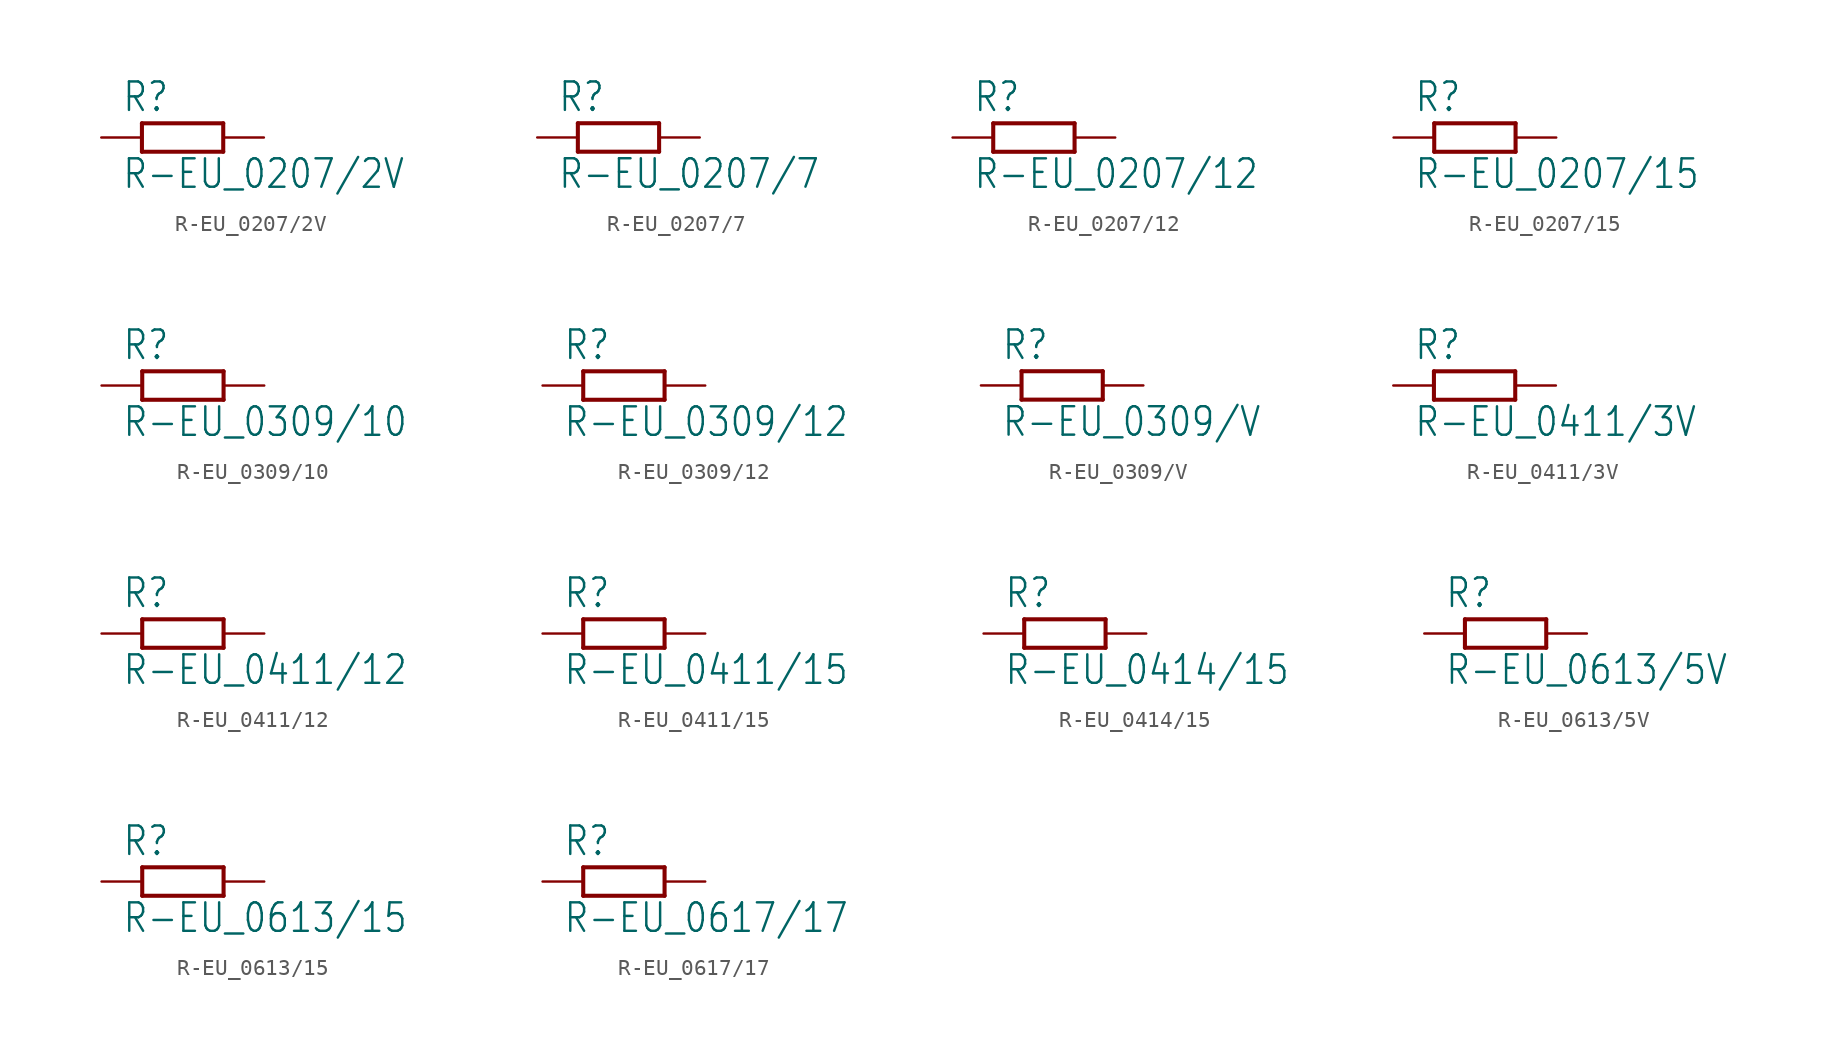
<source format=kicad_sym>
(kicad_symbol_lib
  (version 20231120)
  (generator "kicad_symbol_editor")
  (generator_version "8.0")
  (symbol "R-EU_0207/2V"
    (property "Reference" "R"
      (at -3.81 1.499 0)
      (effects (font (size 1.778 1.511)) (justify left bottom)))
    (property "Value" "R-EU_0207{slash}2V"
      (at -3.81 -3.302 0)
      (effects (font (size 1.778 1.511)) (justify left bottom)))
    (property "ki_locked" ""
      (at 0 0 0)
      (effects (font (size 1.27 1.27))))
    (symbol "R-EU_0207/2V_1_0"
      (polyline (pts (xy -2.54 -0.889) (xy -2.54 0.889)) (stroke (width 0.254) (type default)) (fill (type none)))
      (polyline (pts (xy -2.54 -0.889) (xy 2.54 -0.889)) (stroke (width 0.254) (type default)) (fill (type none)))
      (polyline (pts (xy 2.54 -0.889) (xy 2.54 0.889)) (stroke (width 0.254) (type default)) (fill (type none)))
      (polyline (pts (xy 2.54 0.889) (xy -2.54 0.889)) (stroke (width 0.254) (type default)) (fill (type none)))
      (pin passive line (at -5.08 0 0) (length 2.54) (name "1" (effects (font (size 0 0)))) (number "1" (effects (font (size 0 0)))))
      (pin passive line (at 5.08 0 180) (length 2.54) (name "2" (effects (font (size 0 0)))) (number "2" (effects (font (size 0 0)))))))
  (symbol "R-EU_0207/7"
    (property "Reference" "R"
      (at -3.81 1.499 0)
      (effects (font (size 1.778 1.511)) (justify left bottom)))
    (property "Value" "R-EU_0207{slash}7"
      (at -3.81 -3.302 0)
      (effects (font (size 1.778 1.511)) (justify left bottom)))
    (property "ki_locked" ""
      (at 0 0 0)
      (effects (font (size 1.27 1.27))))
    (symbol "R-EU_0207/7_1_0"
      (polyline (pts (xy -2.54 -0.889) (xy -2.54 0.889)) (stroke (width 0.254) (type default)) (fill (type none)))
      (polyline (pts (xy -2.54 -0.889) (xy 2.54 -0.889)) (stroke (width 0.254) (type default)) (fill (type none)))
      (polyline (pts (xy 2.54 -0.889) (xy 2.54 0.889)) (stroke (width 0.254) (type default)) (fill (type none)))
      (polyline (pts (xy 2.54 0.889) (xy -2.54 0.889)) (stroke (width 0.254) (type default)) (fill (type none)))
      (pin passive line (at -5.08 0 0) (length 2.54) (name "1" (effects (font (size 0 0)))) (number "1" (effects (font (size 0 0)))))
      (pin passive line (at 5.08 0 180) (length 2.54) (name "2" (effects (font (size 0 0)))) (number "2" (effects (font (size 0 0)))))))
  (symbol "R-EU_0207/12"
    (property "Reference" "R"
      (at -3.81 1.499 0)
      (effects (font (size 1.778 1.511)) (justify left bottom)))
    (property "Value" "R-EU_0207{slash}12"
      (at -3.81 -3.302 0)
      (effects (font (size 1.778 1.511)) (justify left bottom)))
    (property "ki_locked" ""
      (at 0 0 0)
      (effects (font (size 1.27 1.27))))
    (symbol "R-EU_0207/12_1_0"
      (polyline (pts (xy -2.54 -0.889) (xy -2.54 0.889)) (stroke (width 0.254) (type default)) (fill (type none)))
      (polyline (pts (xy -2.54 -0.889) (xy 2.54 -0.889)) (stroke (width 0.254) (type default)) (fill (type none)))
      (polyline (pts (xy 2.54 -0.889) (xy 2.54 0.889)) (stroke (width 0.254) (type default)) (fill (type none)))
      (polyline (pts (xy 2.54 0.889) (xy -2.54 0.889)) (stroke (width 0.254) (type default)) (fill (type none)))
      (pin passive line (at -5.08 0 0) (length 2.54) (name "1" (effects (font (size 0 0)))) (number "1" (effects (font (size 0 0)))))
      (pin passive line (at 5.08 0 180) (length 2.54) (name "2" (effects (font (size 0 0)))) (number "2" (effects (font (size 0 0)))))))
  (symbol "R-EU_0207/15"
    (property "Reference" "R"
      (at -3.81 1.499 0)
      (effects (font (size 1.778 1.511)) (justify left bottom)))
    (property "Value" "R-EU_0207{slash}15"
      (at -3.81 -3.302 0)
      (effects (font (size 1.778 1.511)) (justify left bottom)))
    (property "ki_locked" ""
      (at 0 0 0)
      (effects (font (size 1.27 1.27))))
    (symbol "R-EU_0207/15_1_0"
      (polyline (pts (xy -2.54 -0.889) (xy -2.54 0.889)) (stroke (width 0.254) (type default)) (fill (type none)))
      (polyline (pts (xy -2.54 -0.889) (xy 2.54 -0.889)) (stroke (width 0.254) (type default)) (fill (type none)))
      (polyline (pts (xy 2.54 -0.889) (xy 2.54 0.889)) (stroke (width 0.254) (type default)) (fill (type none)))
      (polyline (pts (xy 2.54 0.889) (xy -2.54 0.889)) (stroke (width 0.254) (type default)) (fill (type none)))
      (pin passive line (at -5.08 0 0) (length 2.54) (name "1" (effects (font (size 0 0)))) (number "1" (effects (font (size 0 0)))))
      (pin passive line (at 5.08 0 180) (length 2.54) (name "2" (effects (font (size 0 0)))) (number "2" (effects (font (size 0 0)))))))
  (symbol "R-EU_0309/10"
    (property "Reference" "R"
      (at -3.81 1.499 0)
      (effects (font (size 1.778 1.511)) (justify left bottom)))
    (property "Value" "R-EU_0309{slash}10"
      (at -3.81 -3.302 0)
      (effects (font (size 1.778 1.511)) (justify left bottom)))
    (property "ki_locked" ""
      (at 0 0 0)
      (effects (font (size 1.27 1.27))))
    (symbol "R-EU_0309/10_1_0"
      (polyline (pts (xy -2.54 -0.889) (xy -2.54 0.889)) (stroke (width 0.254) (type default)) (fill (type none)))
      (polyline (pts (xy -2.54 -0.889) (xy 2.54 -0.889)) (stroke (width 0.254) (type default)) (fill (type none)))
      (polyline (pts (xy 2.54 -0.889) (xy 2.54 0.889)) (stroke (width 0.254) (type default)) (fill (type none)))
      (polyline (pts (xy 2.54 0.889) (xy -2.54 0.889)) (stroke (width 0.254) (type default)) (fill (type none)))
      (pin passive line (at -5.08 0 0) (length 2.54) (name "1" (effects (font (size 0 0)))) (number "1" (effects (font (size 0 0)))))
      (pin passive line (at 5.08 0 180) (length 2.54) (name "2" (effects (font (size 0 0)))) (number "2" (effects (font (size 0 0)))))))
  (symbol "R-EU_0309/12"
    (property "Reference" "R"
      (at -3.81 1.499 0)
      (effects (font (size 1.778 1.511)) (justify left bottom)))
    (property "Value" "R-EU_0309{slash}12"
      (at -3.81 -3.302 0)
      (effects (font (size 1.778 1.511)) (justify left bottom)))
    (property "ki_locked" ""
      (at 0 0 0)
      (effects (font (size 1.27 1.27))))
    (symbol "R-EU_0309/12_1_0"
      (polyline (pts (xy -2.54 -0.889) (xy -2.54 0.889)) (stroke (width 0.254) (type default)) (fill (type none)))
      (polyline (pts (xy -2.54 -0.889) (xy 2.54 -0.889)) (stroke (width 0.254) (type default)) (fill (type none)))
      (polyline (pts (xy 2.54 -0.889) (xy 2.54 0.889)) (stroke (width 0.254) (type default)) (fill (type none)))
      (polyline (pts (xy 2.54 0.889) (xy -2.54 0.889)) (stroke (width 0.254) (type default)) (fill (type none)))
      (pin passive line (at -5.08 0 0) (length 2.54) (name "1" (effects (font (size 0 0)))) (number "1" (effects (font (size 0 0)))))
      (pin passive line (at 5.08 0 180) (length 2.54) (name "2" (effects (font (size 0 0)))) (number "2" (effects (font (size 0 0)))))))
  (symbol "R-EU_0309/V"
    (property "Reference" "R"
      (at -3.81 1.499 0)
      (effects (font (size 1.778 1.511)) (justify left bottom)))
    (property "Value" "R-EU_0309{slash}V"
      (at -3.81 -3.302 0)
      (effects (font (size 1.778 1.511)) (justify left bottom)))
    (property "ki_locked" ""
      (at 0 0 0)
      (effects (font (size 1.27 1.27))))
    (symbol "R-EU_0309/V_1_0"
      (polyline (pts (xy -2.54 -0.889) (xy -2.54 0.889)) (stroke (width 0.254) (type default)) (fill (type none)))
      (polyline (pts (xy -2.54 -0.889) (xy 2.54 -0.889)) (stroke (width 0.254) (type default)) (fill (type none)))
      (polyline (pts (xy 2.54 -0.889) (xy 2.54 0.889)) (stroke (width 0.254) (type default)) (fill (type none)))
      (polyline (pts (xy 2.54 0.889) (xy -2.54 0.889)) (stroke (width 0.254) (type default)) (fill (type none)))
      (pin passive line (at -5.08 0 0) (length 2.54) (name "1" (effects (font (size 0 0)))) (number "1" (effects (font (size 0 0)))))
      (pin passive line (at 5.08 0 180) (length 2.54) (name "2" (effects (font (size 0 0)))) (number "2" (effects (font (size 0 0)))))))
  (symbol "R-EU_0411/3V"
    (property "Reference" "R"
      (at -3.81 1.499 0)
      (effects (font (size 1.778 1.511)) (justify left bottom)))
    (property "Value" "R-EU_0411{slash}3V"
      (at -3.81 -3.302 0)
      (effects (font (size 1.778 1.511)) (justify left bottom)))
    (property "ki_locked" ""
      (at 0 0 0)
      (effects (font (size 1.27 1.27))))
    (symbol "R-EU_0411/3V_1_0"
      (polyline (pts (xy -2.54 -0.889) (xy -2.54 0.889)) (stroke (width 0.254) (type default)) (fill (type none)))
      (polyline (pts (xy -2.54 -0.889) (xy 2.54 -0.889)) (stroke (width 0.254) (type default)) (fill (type none)))
      (polyline (pts (xy 2.54 -0.889) (xy 2.54 0.889)) (stroke (width 0.254) (type default)) (fill (type none)))
      (polyline (pts (xy 2.54 0.889) (xy -2.54 0.889)) (stroke (width 0.254) (type default)) (fill (type none)))
      (pin passive line (at -5.08 0 0) (length 2.54) (name "1" (effects (font (size 0 0)))) (number "1" (effects (font (size 0 0)))))
      (pin passive line (at 5.08 0 180) (length 2.54) (name "2" (effects (font (size 0 0)))) (number "2" (effects (font (size 0 0)))))))
  (symbol "R-EU_0411/12"
    (property "Reference" "R"
      (at -3.81 1.499 0)
      (effects (font (size 1.778 1.511)) (justify left bottom)))
    (property "Value" "R-EU_0411{slash}12"
      (at -3.81 -3.302 0)
      (effects (font (size 1.778 1.511)) (justify left bottom)))
    (property "ki_locked" ""
      (at 0 0 0)
      (effects (font (size 1.27 1.27))))
    (symbol "R-EU_0411/12_1_0"
      (polyline (pts (xy -2.54 -0.889) (xy -2.54 0.889)) (stroke (width 0.254) (type default)) (fill (type none)))
      (polyline (pts (xy -2.54 -0.889) (xy 2.54 -0.889)) (stroke (width 0.254) (type default)) (fill (type none)))
      (polyline (pts (xy 2.54 -0.889) (xy 2.54 0.889)) (stroke (width 0.254) (type default)) (fill (type none)))
      (polyline (pts (xy 2.54 0.889) (xy -2.54 0.889)) (stroke (width 0.254) (type default)) (fill (type none)))
      (pin passive line (at -5.08 0 0) (length 2.54) (name "1" (effects (font (size 0 0)))) (number "1" (effects (font (size 0 0)))))
      (pin passive line (at 5.08 0 180) (length 2.54) (name "2" (effects (font (size 0 0)))) (number "2" (effects (font (size 0 0)))))))
  (symbol "R-EU_0411/15"
    (property "Reference" "R"
      (at -3.81 1.499 0)
      (effects (font (size 1.778 1.511)) (justify left bottom)))
    (property "Value" "R-EU_0411{slash}15"
      (at -3.81 -3.302 0)
      (effects (font (size 1.778 1.511)) (justify left bottom)))
    (property "ki_locked" ""
      (at 0 0 0)
      (effects (font (size 1.27 1.27))))
    (symbol "R-EU_0411/15_1_0"
      (polyline (pts (xy -2.54 -0.889) (xy -2.54 0.889)) (stroke (width 0.254) (type default)) (fill (type none)))
      (polyline (pts (xy -2.54 -0.889) (xy 2.54 -0.889)) (stroke (width 0.254) (type default)) (fill (type none)))
      (polyline (pts (xy 2.54 -0.889) (xy 2.54 0.889)) (stroke (width 0.254) (type default)) (fill (type none)))
      (polyline (pts (xy 2.54 0.889) (xy -2.54 0.889)) (stroke (width 0.254) (type default)) (fill (type none)))
      (pin passive line (at -5.08 0 0) (length 2.54) (name "1" (effects (font (size 0 0)))) (number "1" (effects (font (size 0 0)))))
      (pin passive line (at 5.08 0 180) (length 2.54) (name "2" (effects (font (size 0 0)))) (number "2" (effects (font (size 0 0)))))))
  (symbol "R-EU_0414/15"
    (property "Reference" "R"
      (at -3.81 1.499 0)
      (effects (font (size 1.778 1.511)) (justify left bottom)))
    (property "Value" "R-EU_0414{slash}15"
      (at -3.81 -3.302 0)
      (effects (font (size 1.778 1.511)) (justify left bottom)))
    (property "ki_locked" ""
      (at 0 0 0)
      (effects (font (size 1.27 1.27))))
    (symbol "R-EU_0414/15_1_0"
      (polyline (pts (xy -2.54 -0.889) (xy -2.54 0.889)) (stroke (width 0.254) (type default)) (fill (type none)))
      (polyline (pts (xy -2.54 -0.889) (xy 2.54 -0.889)) (stroke (width 0.254) (type default)) (fill (type none)))
      (polyline (pts (xy 2.54 -0.889) (xy 2.54 0.889)) (stroke (width 0.254) (type default)) (fill (type none)))
      (polyline (pts (xy 2.54 0.889) (xy -2.54 0.889)) (stroke (width 0.254) (type default)) (fill (type none)))
      (pin passive line (at -5.08 0 0) (length 2.54) (name "1" (effects (font (size 0 0)))) (number "1" (effects (font (size 0 0)))))
      (pin passive line (at 5.08 0 180) (length 2.54) (name "2" (effects (font (size 0 0)))) (number "2" (effects (font (size 0 0)))))))
  (symbol "R-EU_0613/5V"
    (property "Reference" "R"
      (at -3.81 1.499 0)
      (effects (font (size 1.778 1.511)) (justify left bottom)))
    (property "Value" "R-EU_0613{slash}5V"
      (at -3.81 -3.302 0)
      (effects (font (size 1.778 1.511)) (justify left bottom)))
    (property "ki_locked" ""
      (at 0 0 0)
      (effects (font (size 1.27 1.27))))
    (symbol "R-EU_0613/5V_1_0"
      (polyline (pts (xy -2.54 -0.889) (xy -2.54 0.889)) (stroke (width 0.254) (type default)) (fill (type none)))
      (polyline (pts (xy -2.54 -0.889) (xy 2.54 -0.889)) (stroke (width 0.254) (type default)) (fill (type none)))
      (polyline (pts (xy 2.54 -0.889) (xy 2.54 0.889)) (stroke (width 0.254) (type default)) (fill (type none)))
      (polyline (pts (xy 2.54 0.889) (xy -2.54 0.889)) (stroke (width 0.254) (type default)) (fill (type none)))
      (pin passive line (at -5.08 0 0) (length 2.54) (name "1" (effects (font (size 0 0)))) (number "1" (effects (font (size 0 0)))))
      (pin passive line (at 5.08 0 180) (length 2.54) (name "2" (effects (font (size 0 0)))) (number "2" (effects (font (size 0 0)))))))
  (symbol "R-EU_0613/15"
    (property "Reference" "R"
      (at -3.81 1.499 0)
      (effects (font (size 1.778 1.511)) (justify left bottom)))
    (property "Value" "R-EU_0613{slash}15"
      (at -3.81 -3.302 0)
      (effects (font (size 1.778 1.511)) (justify left bottom)))
    (property "ki_locked" ""
      (at 0 0 0)
      (effects (font (size 1.27 1.27))))
    (symbol "R-EU_0613/15_1_0"
      (polyline (pts (xy -2.54 -0.889) (xy -2.54 0.889)) (stroke (width 0.254) (type default)) (fill (type none)))
      (polyline (pts (xy -2.54 -0.889) (xy 2.54 -0.889)) (stroke (width 0.254) (type default)) (fill (type none)))
      (polyline (pts (xy 2.54 -0.889) (xy 2.54 0.889)) (stroke (width 0.254) (type default)) (fill (type none)))
      (polyline (pts (xy 2.54 0.889) (xy -2.54 0.889)) (stroke (width 0.254) (type default)) (fill (type none)))
      (pin passive line (at -5.08 0 0) (length 2.54) (name "1" (effects (font (size 0 0)))) (number "1" (effects (font (size 0 0)))))
      (pin passive line (at 5.08 0 180) (length 2.54) (name "2" (effects (font (size 0 0)))) (number "2" (effects (font (size 0 0)))))))
  (symbol "R-EU_0617/17"
    (property "Reference" "R"
      (at -3.81 1.499 0)
      (effects (font (size 1.778 1.511)) (justify left bottom)))
    (property "Value" "R-EU_0617{slash}17"
      (at -3.81 -3.302 0)
      (effects (font (size 1.778 1.511)) (justify left bottom)))
    (property "ki_locked" ""
      (at 0 0 0)
      (effects (font (size 1.27 1.27))))
    (symbol "R-EU_0617/17_1_0"
      (polyline (pts (xy -2.54 -0.889) (xy -2.54 0.889)) (stroke (width 0.254) (type default)) (fill (type none)))
      (polyline (pts (xy -2.54 -0.889) (xy 2.54 -0.889)) (stroke (width 0.254) (type default)) (fill (type none)))
      (polyline (pts (xy 2.54 -0.889) (xy 2.54 0.889)) (stroke (width 0.254) (type default)) (fill (type none)))
      (polyline (pts (xy 2.54 0.889) (xy -2.54 0.889)) (stroke (width 0.254) (type default)) (fill (type none)))
      (pin passive line (at -5.08 0 0) (length 2.54) (name "1" (effects (font (size 0 0)))) (number "1" (effects (font (size 0 0)))))
      (pin passive line (at 5.08 0 180) (length 2.54) (name "2" (effects (font (size 0 0)))) (number "2" (effects (font (size 0 0))))))))
</source>
